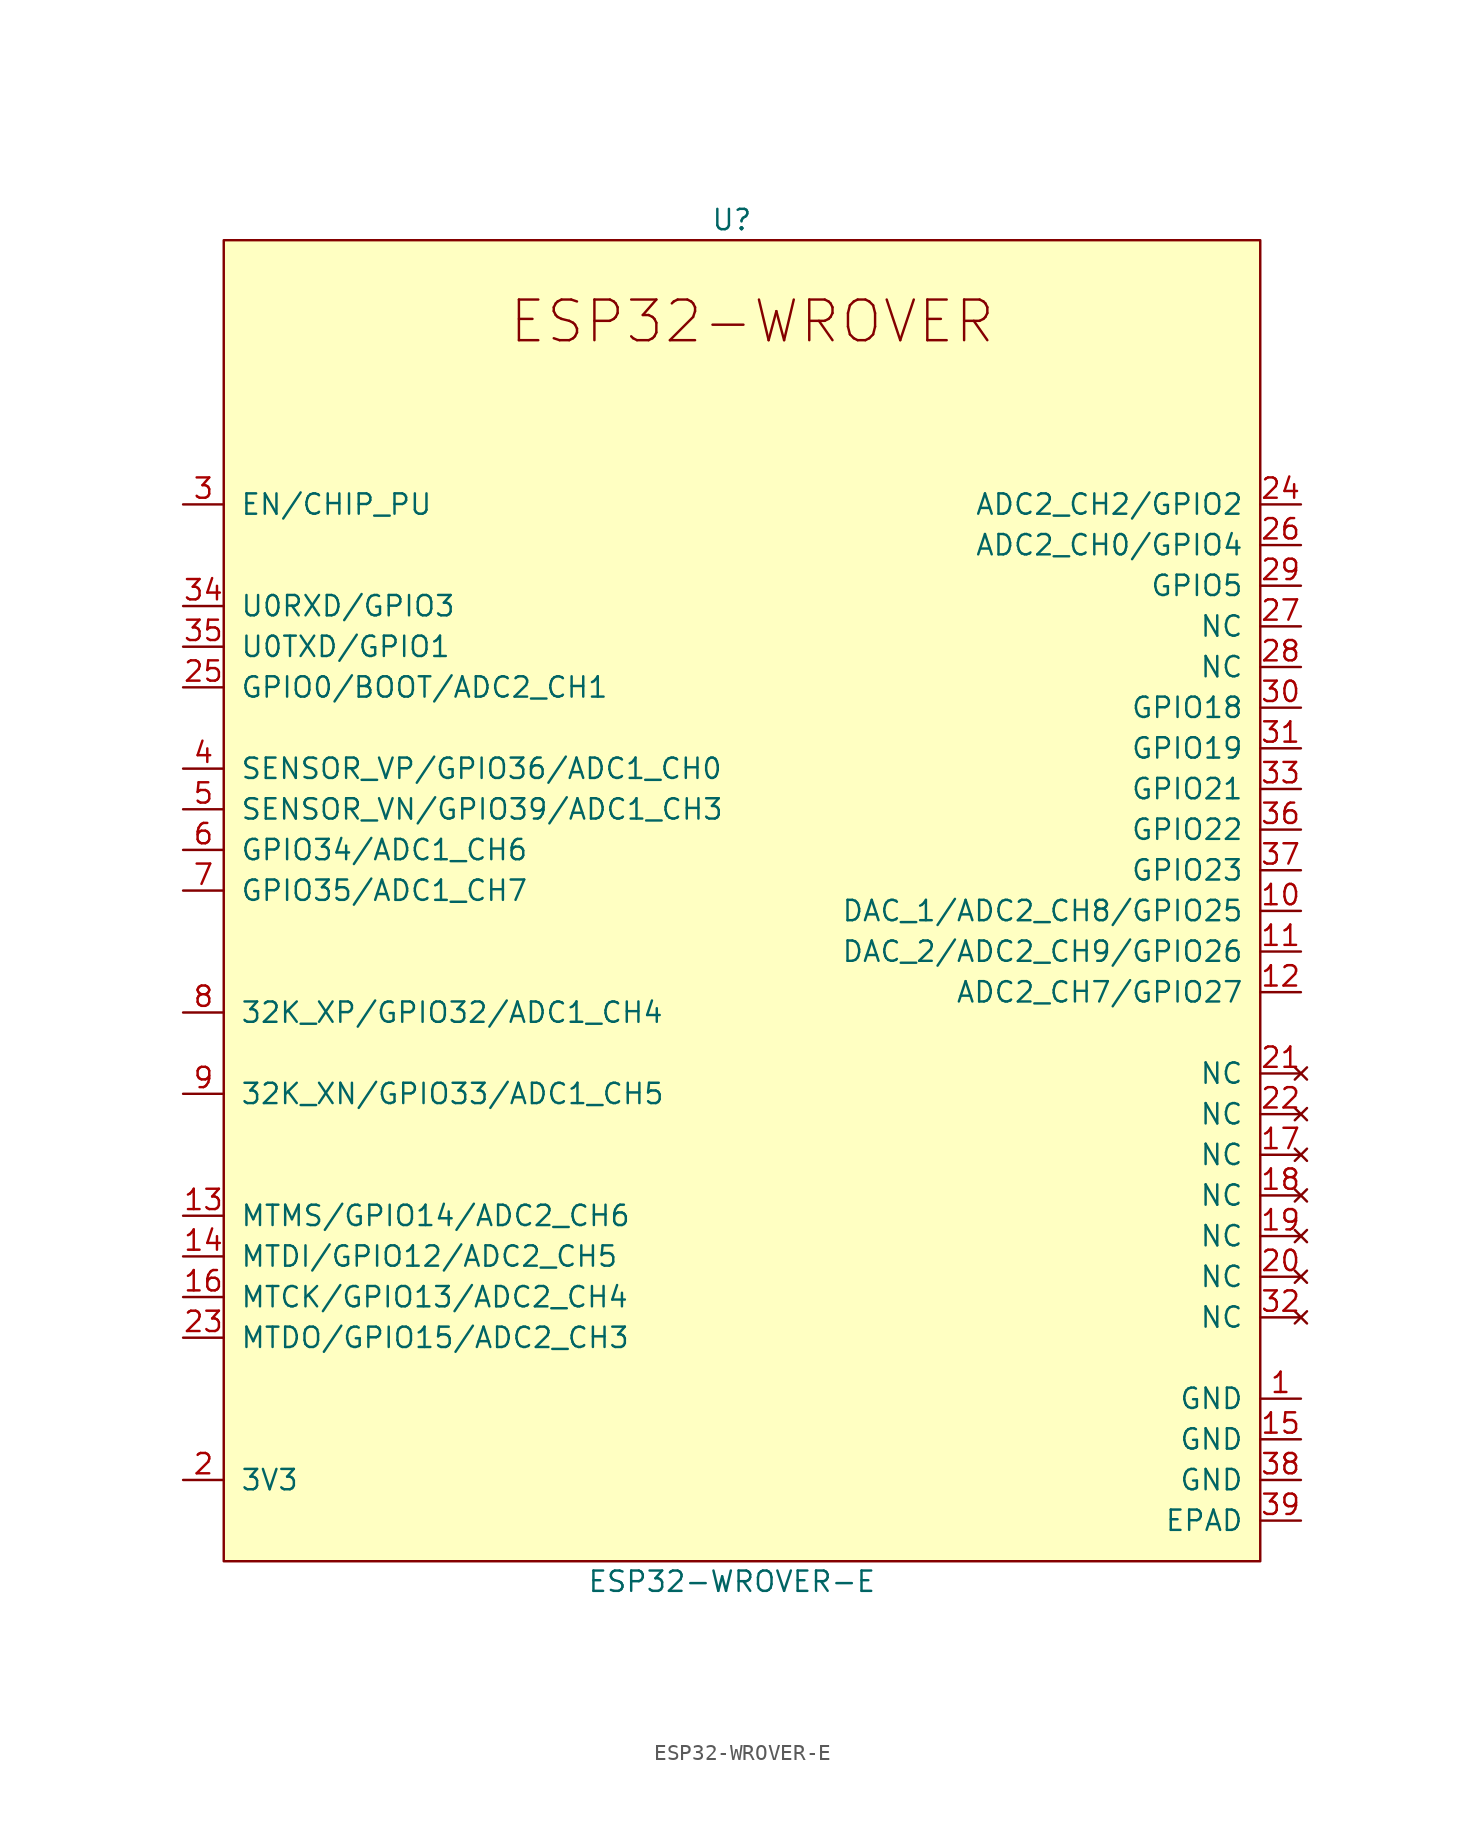
<source format=kicad_sym>
(kicad_symbol_lib
  (version 20211014)
  (generator kicad_symbol_editor)
  (symbol "ESP32-WROVER-E"
    (pin_names
      (offset 1.016))
    (property "Reference" "U"
      (at 0 43.18 0)
      (effects (font (size 1.27 1.27))))
    (property "Value" "ESP32-WROVER-E"
      (at 0 -41.91 0)
      (effects (font (size 1.27 1.27))))
    (symbol "ESP32-WROVER-E_0_1"
      (rectangle (start 33.02 41.91) (end -31.75 -40.64) (stroke (width 0) (type default) (color 0 0 0 0)) (fill (type background))))
    (symbol "ESP32-WROVER-E_1_1"
      (text "ESP32-­WROVER" (at 1.27 36.83 0) (effects (font (size 2.54 2.54))))
      (pin power_in line (at 35.56 -30.48 180) (length 2.54) (name "GND" (effects (font (size 1.27 1.27)))) (number "1" (effects (font (size 1.27 1.27)))))
      (pin bidirectional line (at 35.56 0 180) (length 2.54) (name "DAC_1/ADC2_CH8/GPIO25" (effects (font (size 1.27 1.27)))) (number "10" (effects (font (size 1.27 1.27)))))
      (pin bidirectional line (at 35.56 -2.54 180) (length 2.54) (name "DAC_2/ADC2_CH9/GPIO26" (effects (font (size 1.27 1.27)))) (number "11" (effects (font (size 1.27 1.27)))))
      (pin bidirectional line (at 35.56 -5.08 180) (length 2.54) (name "ADC2_CH7/GPIO27" (effects (font (size 1.27 1.27)))) (number "12" (effects (font (size 1.27 1.27)))))
      (pin bidirectional line (at -34.29 -19.05 0) (length 2.54) (name "MTMS/GPIO14/ADC2_CH6" (effects (font (size 1.27 1.27)))) (number "13" (effects (font (size 1.27 1.27)))))
      (pin bidirectional line (at -34.29 -21.59 0) (length 2.54) (name "MTDI/GPIO12/ADC2_CH5" (effects (font (size 1.27 1.27)))) (number "14" (effects (font (size 1.27 1.27)))))
      (pin power_in line (at 35.56 -33.02 180) (length 2.54) (name "GND" (effects (font (size 1.27 1.27)))) (number "15" (effects (font (size 1.27 1.27)))))
      (pin bidirectional line (at -34.29 -24.13 0) (length 2.54) (name "MTCK/GPIO13/ADC2_CH4" (effects (font (size 1.27 1.27)))) (number "16" (effects (font (size 1.27 1.27)))))
      (pin no_connect line (at 35.56 -15.24 180) (length 2.54) (name "NC" (effects (font (size 1.27 1.27)))) (number "17" (effects (font (size 1.27 1.27)))))
      (pin no_connect line (at 35.56 -17.78 180) (length 2.54) (name "NC" (effects (font (size 1.27 1.27)))) (number "18" (effects (font (size 1.27 1.27)))))
      (pin no_connect line (at 35.56 -20.32 180) (length 2.54) (name "NC" (effects (font (size 1.27 1.27)))) (number "19" (effects (font (size 1.27 1.27)))))
      (pin power_in line (at -34.29 -35.56 0) (length 2.54) (name "3V3" (effects (font (size 1.27 1.27)))) (number "2" (effects (font (size 1.27 1.27)))))
      (pin no_connect line (at 35.56 -22.86 180) (length 2.54) (name "NC" (effects (font (size 1.27 1.27)))) (number "20" (effects (font (size 1.27 1.27)))))
      (pin no_connect line (at 35.56 -10.16 180) (length 2.54) (name "NC" (effects (font (size 1.27 1.27)))) (number "21" (effects (font (size 1.27 1.27)))))
      (pin no_connect line (at 35.56 -12.7 180) (length 2.54) (name "NC" (effects (font (size 1.27 1.27)))) (number "22" (effects (font (size 1.27 1.27)))))
      (pin bidirectional line (at -34.29 -26.67 0) (length 2.54) (name "MTDO/GPIO15/ADC2_CH3" (effects (font (size 1.27 1.27)))) (number "23" (effects (font (size 1.27 1.27)))))
      (pin bidirectional line (at 35.56 25.4 180) (length 2.54) (name "ADC2_CH2/GPIO2" (effects (font (size 1.27 1.27)))) (number "24" (effects (font (size 1.27 1.27)))))
      (pin bidirectional line (at -34.29 13.97 0) (length 2.54) (name "GPIO0/BOOT/ADC2_CH1" (effects (font (size 1.27 1.27)))) (number "25" (effects (font (size 1.27 1.27)))))
      (pin bidirectional line (at 35.56 22.86 180) (length 2.54) (name "ADC2_CH0/GPIO4" (effects (font (size 1.27 1.27)))) (number "26" (effects (font (size 1.27 1.27)))))
      (pin bidirectional line (at 35.56 17.78 180) (length 2.54) (name "NC" (effects (font (size 1.27 1.27)))) (number "27" (effects (font (size 1.27 1.27)))))
      (pin bidirectional line (at 35.56 15.24 180) (length 2.54) (name "NC" (effects (font (size 1.27 1.27)))) (number "28" (effects (font (size 1.27 1.27)))))
      (pin bidirectional line (at 35.56 20.32 180) (length 2.54) (name "GPIO5" (effects (font (size 1.27 1.27)))) (number "29" (effects (font (size 1.27 1.27)))))
      (pin input line (at -34.29 25.4 0) (length 2.54) (name "EN/CHIP_PU" (effects (font (size 1.27 1.27)))) (number "3" (effects (font (size 1.27 1.27)))))
      (pin bidirectional line (at 35.56 12.7 180) (length 2.54) (name "GPIO18" (effects (font (size 1.27 1.27)))) (number "30" (effects (font (size 1.27 1.27)))))
      (pin bidirectional line (at 35.56 10.16 180) (length 2.54) (name "GPIO19" (effects (font (size 1.27 1.27)))) (number "31" (effects (font (size 1.27 1.27)))))
      (pin no_connect line (at 35.56 -25.4 180) (length 2.54) (name "NC" (effects (font (size 1.27 1.27)))) (number "32" (effects (font (size 1.27 1.27)))))
      (pin bidirectional line (at 35.56 7.62 180) (length 2.54) (name "GPIO21" (effects (font (size 1.27 1.27)))) (number "33" (effects (font (size 1.27 1.27)))))
      (pin bidirectional line (at -34.29 19.05 0) (length 2.54) (name "U0RXD/GPIO3" (effects (font (size 1.27 1.27)))) (number "34" (effects (font (size 1.27 1.27)))))
      (pin bidirectional line (at -34.29 16.51 0) (length 2.54) (name "U0TXD/GPIO1" (effects (font (size 1.27 1.27)))) (number "35" (effects (font (size 1.27 1.27)))))
      (pin bidirectional line (at 35.56 5.08 180) (length 2.54) (name "GPIO22" (effects (font (size 1.27 1.27)))) (number "36" (effects (font (size 1.27 1.27)))))
      (pin bidirectional line (at 35.56 2.54 180) (length 2.54) (name "GPIO23" (effects (font (size 1.27 1.27)))) (number "37" (effects (font (size 1.27 1.27)))))
      (pin power_in line (at 35.56 -35.56 180) (length 2.54) (name "GND" (effects (font (size 1.27 1.27)))) (number "38" (effects (font (size 1.27 1.27)))))
      (pin power_in line (at 35.56 -38.1 180) (length 2.54) (name "EPAD" (effects (font (size 1.27 1.27)))) (number "39" (effects (font (size 1.27 1.27)))))
      (pin input line (at -34.29 8.89 0) (length 2.54) (name "SENSOR_VP/GPIO36/ADC1_CH0" (effects (font (size 1.27 1.27)))) (number "4" (effects (font (size 1.27 1.27)))))
      (pin input line (at -34.29 6.35 0) (length 2.54) (name "SENSOR_VN/GPIO39/ADC1_CH3" (effects (font (size 1.27 1.27)))) (number "5" (effects (font (size 1.27 1.27)))))
      (pin input line (at -34.29 3.81 0) (length 2.54) (name "GPIO34/ADC1_CH6" (effects (font (size 1.27 1.27)))) (number "6" (effects (font (size 1.27 1.27)))))
      (pin input line (at -34.29 1.27 0) (length 2.54) (name "GPIO35/ADC1_CH7" (effects (font (size 1.27 1.27)))) (number "7" (effects (font (size 1.27 1.27)))))
      (pin bidirectional line (at -34.29 -6.35 0) (length 2.54) (name "32K_XP/GPIO32/ADC1_CH4" (effects (font (size 1.27 1.27)))) (number "8" (effects (font (size 1.27 1.27)))))
      (pin bidirectional line (at -34.29 -11.43 0) (length 2.54) (name "32K_XN/GPIO33/ADC1_CH5" (effects (font (size 1.27 1.27)))) (number "9" (effects (font (size 1.27 1.27))))))))
</source>
